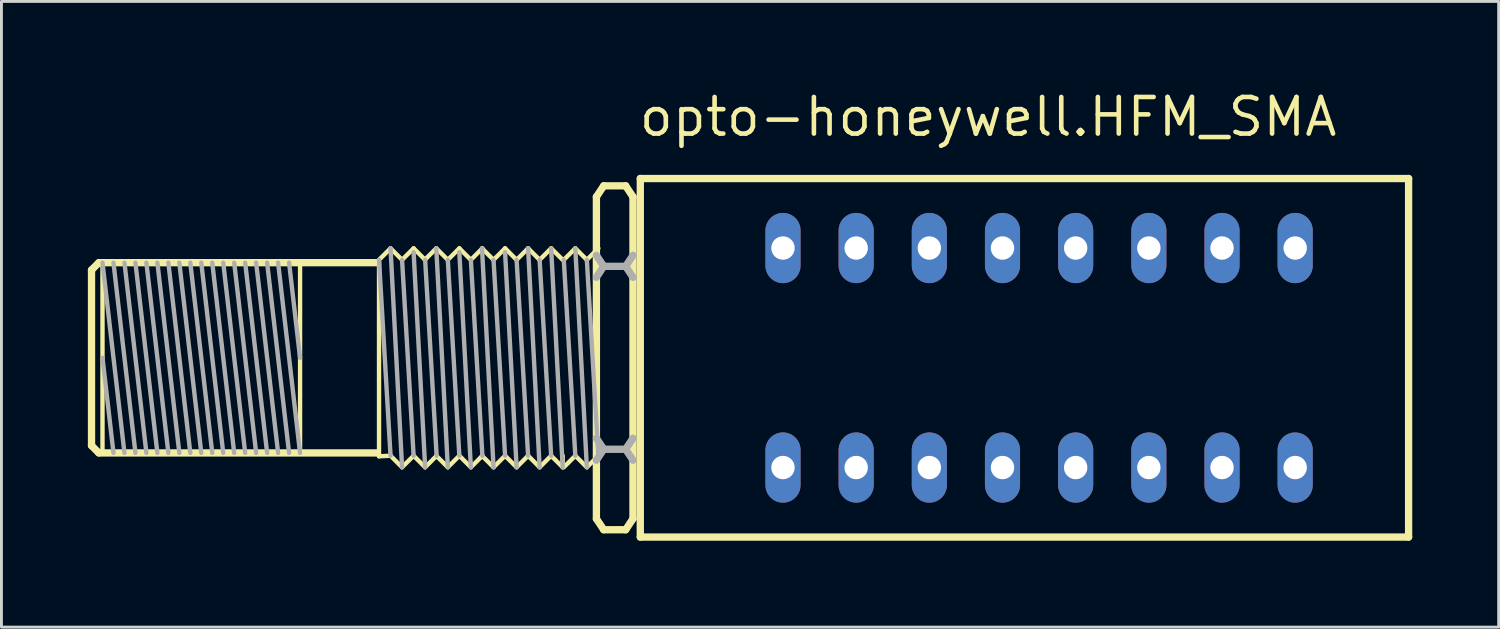
<source format=kicad_pcb>
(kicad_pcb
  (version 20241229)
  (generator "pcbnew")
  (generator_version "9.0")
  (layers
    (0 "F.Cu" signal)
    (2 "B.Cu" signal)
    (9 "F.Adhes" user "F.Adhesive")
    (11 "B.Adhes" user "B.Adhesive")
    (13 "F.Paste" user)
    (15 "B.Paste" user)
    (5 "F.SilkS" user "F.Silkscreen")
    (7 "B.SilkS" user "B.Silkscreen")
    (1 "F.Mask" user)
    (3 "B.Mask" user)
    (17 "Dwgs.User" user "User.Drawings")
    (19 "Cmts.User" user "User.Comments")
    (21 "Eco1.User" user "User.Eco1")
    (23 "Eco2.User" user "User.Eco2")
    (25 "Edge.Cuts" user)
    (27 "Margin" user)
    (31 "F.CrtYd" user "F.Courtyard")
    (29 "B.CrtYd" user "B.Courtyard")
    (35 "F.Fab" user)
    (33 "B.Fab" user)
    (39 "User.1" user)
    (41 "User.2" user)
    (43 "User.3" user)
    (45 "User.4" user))
  (footprint "opto-honeywell.HFM_SMA"
    (layer "F.Cu")
    (at 33.02 9.37)
    (property "Reference" "opto-honeywell.HFM_SMA" (at -13.97 -7.62 0) (layer "F.SilkS") (effects (font (size 1.27 1.27) (thickness 0.16)) (justify left bottom)))
    (attr through_hole)
    (fp_line (start -32.893 -3.048) (end -32.639 -3.302) (stroke (width 0.254) (type default)) (layer "F.SilkS"))
    (fp_line (start -32.893 3.048) (end -32.893 -3.048) (stroke (width 0.254) (type default)) (layer "F.SilkS"))
    (fp_line (start -32.639 -3.302) (end -22.987 -3.302) (stroke (width 0.254) (type default)) (layer "F.SilkS"))
    (fp_line (start -32.639 3.302) (end -32.893 3.048) (stroke (width 0.254) (type default)) (layer "F.SilkS"))
    (fp_line (start -32.512 -3.175) (end -32.512 3.175) (stroke (width 0.152) (type default)) (layer "F.SilkS"))
    (fp_line (start -25.654 -3.175) (end -25.654 3.302) (stroke (width 0.152) (type default)) (layer "F.SilkS"))
    (fp_line (start -22.987 3.302) (end -32.639 3.302) (stroke (width 0.254) (type default)) (layer "F.SilkS"))
    (fp_line (start -22.913 -3.4) (end -22.513 -3.8) (stroke (width 0.152) (type default)) (layer "F.SilkS"))
    (fp_line (start -22.913 3.419) (end -22.913 -3.331) (stroke (width 0.152) (type default)) (layer "F.SilkS"))
    (fp_line (start -22.913 3.419) (end -22.513 3.4) (stroke (width 0.152) (type default)) (layer "F.SilkS"))
    (fp_line (start -22.513 -3.8) (end -22.113 -3.4) (stroke (width 0.152) (type default)) (layer "F.SilkS"))
    (fp_line (start -22.513 3.4) (end -22.113 3.8) (stroke (width 0.152) (type default)) (layer "F.SilkS"))
    (fp_line (start -22.113 -3.4) (end -21.712 -3.8) (stroke (width 0.152) (type default)) (layer "F.SilkS"))
    (fp_line (start -22.113 3.8) (end -21.712 3.4) (stroke (width 0.152) (type default)) (layer "F.SilkS"))
    (fp_line (start -21.712 -3.8) (end -21.312 -3.4) (stroke (width 0.152) (type default)) (layer "F.SilkS"))
    (fp_line (start -21.712 3.4) (end -21.312 3.8) (stroke (width 0.152) (type default)) (layer "F.SilkS"))
    (fp_line (start -21.325 -3.4) (end -20.925 -3.8) (stroke (width 0.152) (type default)) (layer "F.SilkS"))
    (fp_line (start -21.312 3.8) (end -20.913 3.4) (stroke (width 0.152) (type default)) (layer "F.SilkS"))
    (fp_line (start -20.925 -3.8) (end -20.525 -3.4) (stroke (width 0.152) (type default)) (layer "F.SilkS"))
    (fp_line (start -20.925 3.4) (end -20.525 3.8) (stroke (width 0.152) (type default)) (layer "F.SilkS"))
    (fp_line (start -20.525 -3.4) (end -20.125 -3.8) (stroke (width 0.152) (type default)) (layer "F.SilkS"))
    (fp_line (start -20.525 3.8) (end -20.125 3.4) (stroke (width 0.152) (type default)) (layer "F.SilkS"))
    (fp_line (start -20.125 -3.8) (end -19.725 -3.4) (stroke (width 0.152) (type default)) (layer "F.SilkS"))
    (fp_line (start -20.125 3.4) (end -19.725 3.8) (stroke (width 0.152) (type default)) (layer "F.SilkS"))
    (fp_line (start -19.725 -3.4) (end -19.325 -3.8) (stroke (width 0.152) (type default)) (layer "F.SilkS"))
    (fp_line (start -19.725 3.8) (end -19.325 3.4) (stroke (width 0.152) (type default)) (layer "F.SilkS"))
    (fp_line (start -19.338 -3.8) (end -18.938 -3.4) (stroke (width 0.152) (type default)) (layer "F.SilkS"))
    (fp_line (start -19.338 3.4) (end -18.938 3.8) (stroke (width 0.152) (type default)) (layer "F.SilkS"))
    (fp_line (start -18.938 -3.4) (end -18.537 -3.8) (stroke (width 0.152) (type default)) (layer "F.SilkS"))
    (fp_line (start -18.938 3.8) (end -18.537 3.4) (stroke (width 0.152) (type default)) (layer "F.SilkS"))
    (fp_line (start -18.537 -3.8) (end -18.137 -3.4) (stroke (width 0.152) (type default)) (layer "F.SilkS"))
    (fp_line (start -18.537 3.4) (end -18.137 3.8) (stroke (width 0.152) (type default)) (layer "F.SilkS"))
    (fp_line (start -18.137 -3.4) (end -17.738 -3.8) (stroke (width 0.152) (type default)) (layer "F.SilkS"))
    (fp_line (start -18.137 3.8) (end -17.738 3.4) (stroke (width 0.152) (type default)) (layer "F.SilkS"))
    (fp_line (start -17.738 -3.8) (end -17.338 -3.4) (stroke (width 0.152) (type default)) (layer "F.SilkS"))
    (fp_line (start -17.738 3.4) (end -17.338 3.8) (stroke (width 0.152) (type default)) (layer "F.SilkS"))
    (fp_line (start -17.338 -3.4) (end -16.938 -3.8) (stroke (width 0.152) (type default)) (layer "F.SilkS"))
    (fp_line (start -17.338 3.8) (end -16.938 3.4) (stroke (width 0.152) (type default)) (layer "F.SilkS"))
    (fp_line (start -16.938 -3.8) (end -16.537 -3.4) (stroke (width 0.152) (type default)) (layer "F.SilkS"))
    (fp_line (start -16.938 3.4) (end -16.537 3.8) (stroke (width 0.152) (type default)) (layer "F.SilkS"))
    (fp_line (start -16.537 3.4) (end -16.537 3.8) (stroke (width 0.152) (type default)) (layer "F.SilkS"))
    (fp_line (start -16.499 -3.4) (end -16.099 -3.8) (stroke (width 0.152) (type default)) (layer "F.SilkS"))
    (fp_line (start -16.499 3.8) (end -16.099 3.4) (stroke (width 0.152) (type default)) (layer "F.SilkS"))
    (fp_line (start -16.099 -3.8) (end -15.699 -3.4) (stroke (width 0.152) (type default)) (layer "F.SilkS"))
    (fp_line (start -16.099 3.4) (end -15.699 3.8) (stroke (width 0.152) (type default)) (layer "F.SilkS"))
    (fp_line (start -15.699 -3.4) (end -15.299 -3.8) (stroke (width 0.152) (type default)) (layer "F.SilkS"))
    (fp_line (start -15.699 3.8) (end -15.299 3.4) (stroke (width 0.152) (type default)) (layer "F.SilkS"))
    (fp_line (start -15.367 5.588) (end -15.367 -5.588) (stroke (width 0.254) (type default)) (layer "F.SilkS"))
    (fp_line (start -15.113 -5.969) (end -15.367 -5.588) (stroke (width 0.254) (type default)) (layer "F.SilkS"))
    (fp_line (start -15.113 5.969) (end -15.367 5.588) (stroke (width 0.254) (type default)) (layer "F.SilkS"))
    (fp_line (start -15.113 5.969) (end -14.351 5.969) (stroke (width 0.254) (type default)) (layer "F.SilkS"))
    (fp_line (start -14.351 -5.969) (end -15.113 -5.969) (stroke (width 0.254) (type default)) (layer "F.SilkS"))
    (fp_line (start -14.351 -5.969) (end -14.097 -5.588) (stroke (width 0.254) (type default)) (layer "F.SilkS"))
    (fp_line (start -14.351 5.969) (end -14.097 5.588) (stroke (width 0.254) (type default)) (layer "F.SilkS"))
    (fp_line (start -14.097 -5.588) (end -14.097 5.588) (stroke (width 0.254) (type default)) (layer "F.SilkS"))
    (fp_line (start -13.843 -6.223) (end 12.827 -6.223) (stroke (width 0.254) (type default)) (layer "F.SilkS"))
    (fp_line (start -13.843 6.223) (end -13.843 -6.223) (stroke (width 0.254) (type default)) (layer "F.SilkS"))
    (fp_line (start 12.827 -6.223) (end 12.827 6.223) (stroke (width 0.254) (type default)) (layer "F.SilkS"))
    (fp_line (start 12.827 6.223) (end -13.843 6.223) (stroke (width 0.254) (type default)) (layer "F.SilkS"))
    (fp_line (start -32.512 0) (end -32.131 3.302) (stroke (width 0.152) (type default)) (layer "F.Fab"))
    (fp_line (start -31.75 3.302) (end -32.512 -3.302) (stroke (width 0.152) (type default)) (layer "F.Fab"))
    (fp_line (start -31.369 3.302) (end -32.131 -3.302) (stroke (width 0.152) (type default)) (layer "F.Fab"))
    (fp_line (start -30.988 3.302) (end -31.75 -3.302) (stroke (width 0.152) (type default)) (layer "F.Fab"))
    (fp_line (start -30.607 3.302) (end -31.369 -3.302) (stroke (width 0.152) (type default)) (layer "F.Fab"))
    (fp_line (start -30.226 3.302) (end -30.988 -3.302) (stroke (width 0.152) (type default)) (layer "F.Fab"))
    (fp_line (start -29.845 3.302) (end -30.607 -3.302) (stroke (width 0.152) (type default)) (layer "F.Fab"))
    (fp_line (start -29.464 3.302) (end -30.226 -3.302) (stroke (width 0.152) (type default)) (layer "F.Fab"))
    (fp_line (start -29.083 3.302) (end -29.845 -3.302) (stroke (width 0.152) (type default)) (layer "F.Fab"))
    (fp_line (start -28.702 3.302) (end -29.464 -3.302) (stroke (width 0.152) (type default)) (layer "F.Fab"))
    (fp_line (start -28.321 3.302) (end -29.083 -3.302) (stroke (width 0.152) (type default)) (layer "F.Fab"))
    (fp_line (start -27.94 3.302) (end -28.702 -3.302) (stroke (width 0.152) (type default)) (layer "F.Fab"))
    (fp_line (start -27.559 3.302) (end -28.321 -3.302) (stroke (width 0.152) (type default)) (layer "F.Fab"))
    (fp_line (start -27.178 3.302) (end -27.94 -3.302) (stroke (width 0.152) (type default)) (layer "F.Fab"))
    (fp_line (start -26.797 3.302) (end -27.559 -3.302) (stroke (width 0.152) (type default)) (layer "F.Fab"))
    (fp_line (start -26.416 3.302) (end -27.178 -3.302) (stroke (width 0.152) (type default)) (layer "F.Fab"))
    (fp_line (start -26.035 -3.302) (end -25.654 0) (stroke (width 0.152) (type default)) (layer "F.Fab"))
    (fp_line (start -26.035 3.302) (end -26.797 -3.302) (stroke (width 0.152) (type default)) (layer "F.Fab"))
    (fp_line (start -25.654 3.302) (end -26.416 -3.302) (stroke (width 0.152) (type default)) (layer "F.Fab"))
    (fp_line (start -22.913 -3.4) (end -22.513 3.4) (stroke (width 0.152) (type default)) (layer "F.Fab"))
    (fp_line (start -22.513 -3.8) (end -22.113 3.8) (stroke (width 0.152) (type default)) (layer "F.Fab"))
    (fp_line (start -22.113 -3.4) (end -21.712 3.4) (stroke (width 0.152) (type default)) (layer "F.Fab"))
    (fp_line (start -21.712 -3.663) (end -21.312 3.8) (stroke (width 0.152) (type default)) (layer "F.Fab"))
    (fp_line (start -21.312 -3.4) (end -20.913 3.4) (stroke (width 0.152) (type default)) (layer "F.Fab"))
    (fp_line (start -20.925 -3.8) (end -20.525 3.8) (stroke (width 0.152) (type default)) (layer "F.Fab"))
    (fp_line (start -20.525 -3.4) (end -20.125 3.4) (stroke (width 0.152) (type default)) (layer "F.Fab"))
    (fp_line (start -20.125 -3.663) (end -19.725 3.8) (stroke (width 0.152) (type default)) (layer "F.Fab"))
    (fp_line (start -19.725 -3.4) (end -19.325 3.4) (stroke (width 0.152) (type default)) (layer "F.Fab"))
    (fp_line (start -19.338 -3.8) (end -18.938 3.8) (stroke (width 0.152) (type default)) (layer "F.Fab"))
    (fp_line (start -18.938 -3.4) (end -18.537 3.4) (stroke (width 0.152) (type default)) (layer "F.Fab"))
    (fp_line (start -18.537 -3.663) (end -18.137 3.8) (stroke (width 0.152) (type default)) (layer "F.Fab"))
    (fp_line (start -18.137 -3.4) (end -17.738 3.4) (stroke (width 0.152) (type default)) (layer "F.Fab"))
    (fp_line (start -17.738 -3.8) (end -17.338 3.8) (stroke (width 0.152) (type default)) (layer "F.Fab"))
    (fp_line (start -17.338 -3.4) (end -16.938 3.4) (stroke (width 0.152) (type default)) (layer "F.Fab"))
    (fp_line (start -16.938 -3.8) (end -16.537 3.8) (stroke (width 0.152) (type default)) (layer "F.Fab"))
    (fp_line (start -16.499 -3.4) (end -16.099 3.4) (stroke (width 0.152) (type default)) (layer "F.Fab"))
    (fp_line (start -16.099 -3.8) (end -15.699 3.8) (stroke (width 0.152) (type default)) (layer "F.Fab"))
    (fp_line (start -15.699 -3.4) (end -15.299 3.4) (stroke (width 0.152) (type default)) (layer "F.Fab"))
    (fp_line (start -15.113 -3.175) (end -15.367 -3.556) (stroke (width 0.254) (type default)) (layer "F.Fab"))
    (fp_line (start -15.113 -3.175) (end -15.367 -2.794) (stroke (width 0.254) (type default)) (layer "F.Fab"))
    (fp_line (start -15.113 3.175) (end -15.367 2.794) (stroke (width 0.254) (type default)) (layer "F.Fab"))
    (fp_line (start -15.113 3.175) (end -15.367 3.556) (stroke (width 0.254) (type default)) (layer "F.Fab"))
    (fp_line (start -15.113 3.175) (end -14.351 3.175) (stroke (width 0.254) (type default)) (layer "F.Fab"))
    (fp_line (start -14.351 -3.175) (end -15.113 -3.175) (stroke (width 0.254) (type default)) (layer "F.Fab"))
    (fp_line (start -14.351 -3.175) (end -14.097 -3.556) (stroke (width 0.254) (type default)) (layer "F.Fab"))
    (fp_line (start -14.351 -3.175) (end -14.097 -2.794) (stroke (width 0.254) (type default)) (layer "F.Fab"))
    (fp_line (start -14.351 3.175) (end -14.097 2.794) (stroke (width 0.254) (type default)) (layer "F.Fab"))
    (fp_line (start -14.351 3.175) (end -14.097 3.556) (stroke (width 0.254) (type default)) (layer "F.Fab"))
    (pad "1" thru_hole oval (at -8.89 3.81 90) (size 2.438 1.219) (drill 0.813) (layers "*.Cu" "*.Mask"))
    (pad "2" thru_hole oval (at -6.35 3.81 90) (size 2.438 1.219) (drill 0.813) (layers "*.Cu" "*.Mask"))
    (pad "3" thru_hole oval (at -3.81 3.81 90) (size 2.438 1.219) (drill 0.813) (layers "*.Cu" "*.Mask"))
    (pad "4" thru_hole oval (at -1.27 3.81 90) (size 2.438 1.219) (drill 0.813) (layers "*.Cu" "*.Mask"))
    (pad "5" thru_hole oval (at 1.27 3.81 90) (size 2.438 1.219) (drill 0.813) (layers "*.Cu" "*.Mask"))
    (pad "6" thru_hole oval (at 3.81 3.81 90) (size 2.438 1.219) (drill 0.813) (layers "*.Cu" "*.Mask"))
    (pad "7" thru_hole oval (at 6.35 3.81 90) (size 2.438 1.219) (drill 0.813) (layers "*.Cu" "*.Mask"))
    (pad "8" thru_hole oval (at 8.89 3.81 90) (size 2.438 1.219) (drill 0.813) (layers "*.Cu" "*.Mask"))
    (pad "9" thru_hole oval (at 8.89 -3.81 90) (size 2.438 1.219) (drill 0.813) (layers "*.Cu" "*.Mask"))
    (pad "10" thru_hole oval (at 6.35 -3.81 90) (size 2.438 1.219) (drill 0.813) (layers "*.Cu" "*.Mask"))
    (pad "11" thru_hole oval (at 3.81 -3.81 90) (size 2.438 1.219) (drill 0.813) (layers "*.Cu" "*.Mask"))
    (pad "12" thru_hole oval (at 1.27 -3.81 90) (size 2.438 1.219) (drill 0.813) (layers "*.Cu" "*.Mask"))
    (pad "13" thru_hole oval (at -1.27 -3.81 90) (size 2.438 1.219) (drill 0.813) (layers "*.Cu" "*.Mask"))
    (pad "14" thru_hole oval (at -3.81 -3.81 90) (size 2.438 1.219) (drill 0.813) (layers "*.Cu" "*.Mask"))
    (pad "15" thru_hole oval (at -6.35 -3.81 90) (size 2.438 1.219) (drill 0.813) (layers "*.Cu" "*.Mask"))
    (pad "16" thru_hole oval (at -8.89 -3.81 90) (size 2.438 1.219) (drill 0.813) (layers "*.Cu" "*.Mask")))
  (gr_rect
    (start -3 -3)
    (end 48.974 18.72)
    (stroke (width 0.1) (type default))
    (fill no)
    (layer "Edge.Cuts")))
</source>
